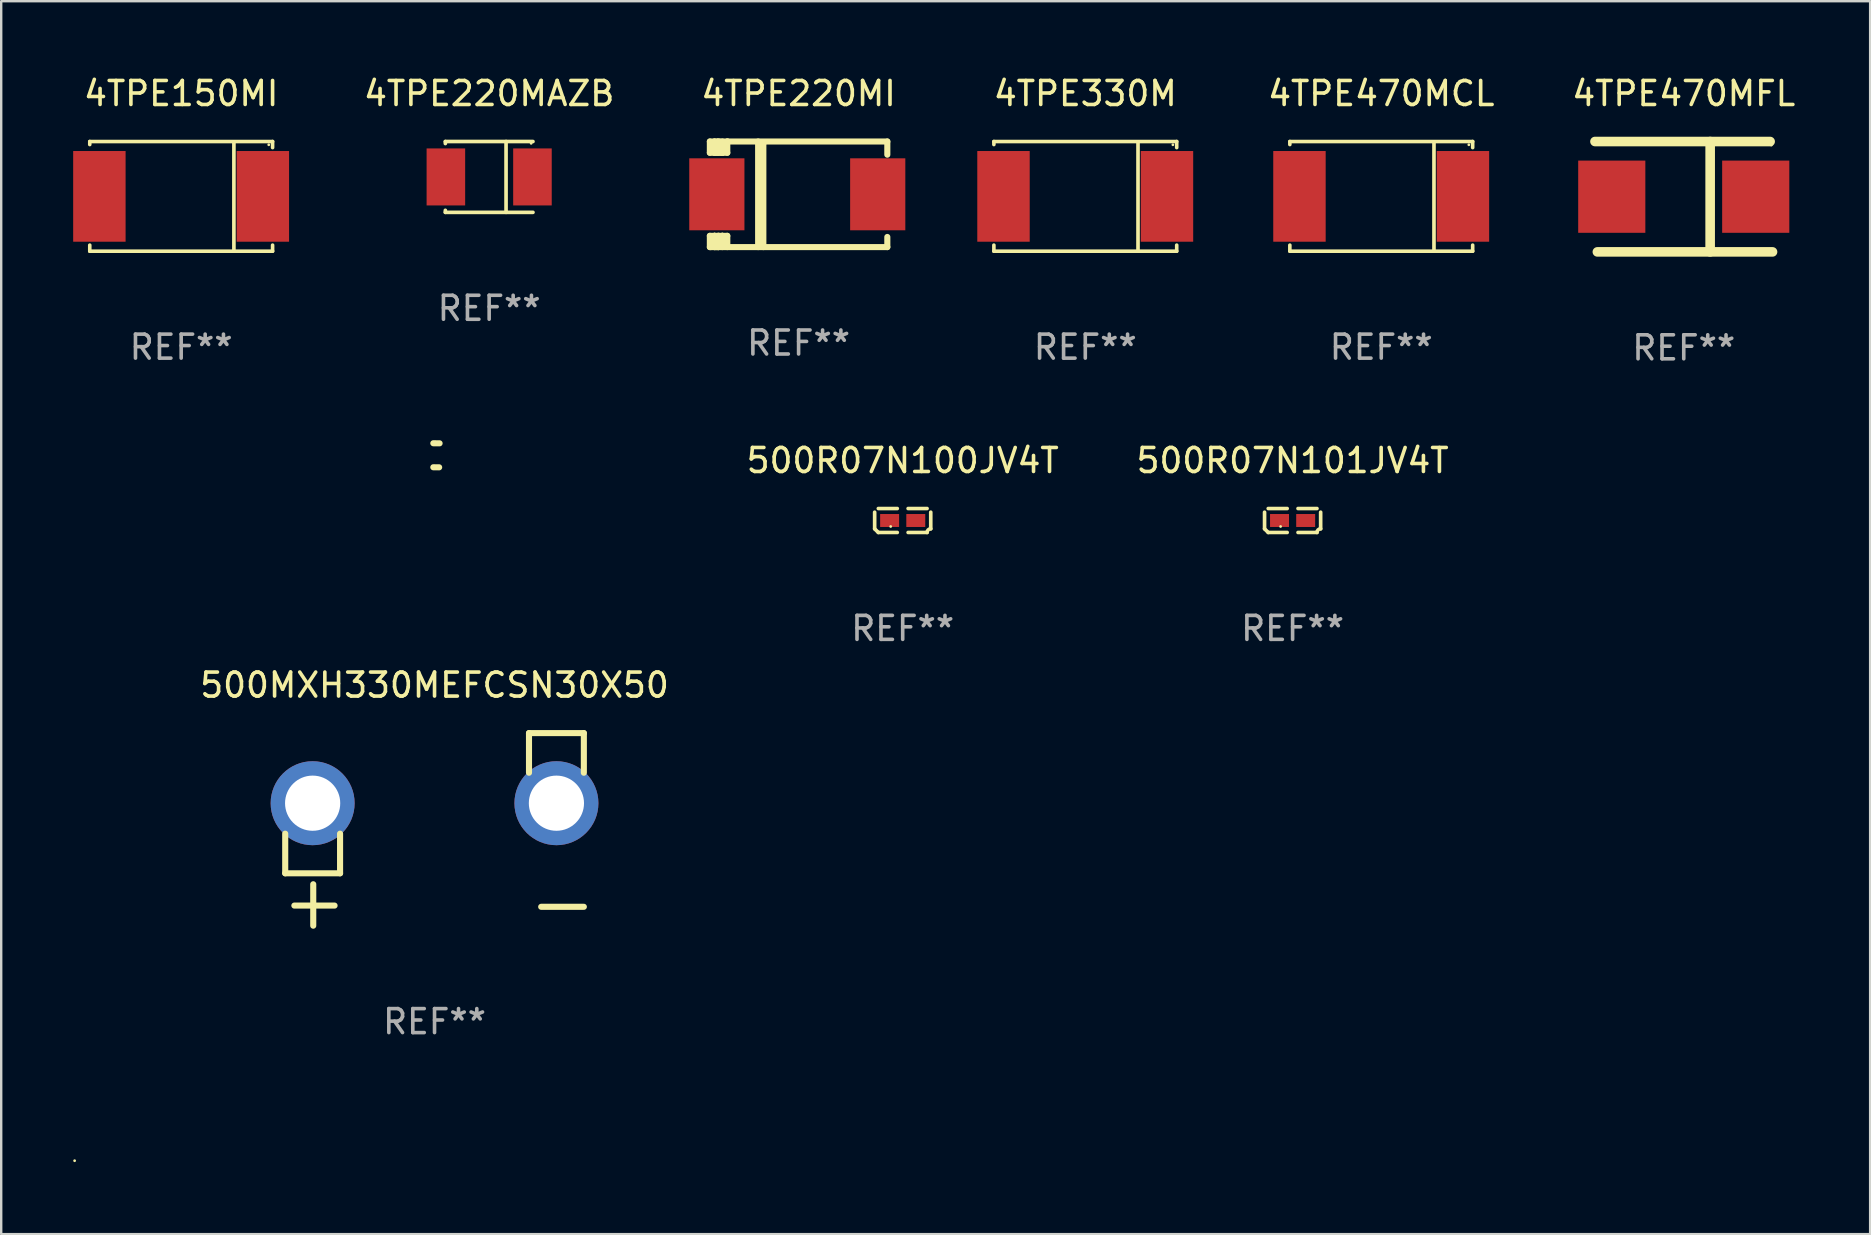
<source format=kicad_pcb>
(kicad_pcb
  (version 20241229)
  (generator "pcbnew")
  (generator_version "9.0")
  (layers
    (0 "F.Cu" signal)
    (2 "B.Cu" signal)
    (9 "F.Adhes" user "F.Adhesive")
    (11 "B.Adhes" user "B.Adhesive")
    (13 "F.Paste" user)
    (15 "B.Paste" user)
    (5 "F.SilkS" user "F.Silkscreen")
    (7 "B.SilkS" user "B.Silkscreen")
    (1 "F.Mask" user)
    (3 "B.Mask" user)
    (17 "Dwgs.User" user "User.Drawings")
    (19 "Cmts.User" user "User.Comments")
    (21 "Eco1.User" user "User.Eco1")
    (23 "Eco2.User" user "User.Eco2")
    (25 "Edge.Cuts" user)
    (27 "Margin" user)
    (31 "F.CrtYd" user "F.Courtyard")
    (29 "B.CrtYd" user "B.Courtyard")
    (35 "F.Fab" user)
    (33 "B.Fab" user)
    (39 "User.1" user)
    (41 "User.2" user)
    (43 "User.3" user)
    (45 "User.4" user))
  (footprint "500R07N100JV4T"
    (layer "F.Cu")
    (at 34.572 18.643)
    (property "Reference" "500R07N100JV4T" (at 0 -2.499 0) (layer "F.SilkS") (effects (font (size 1 1) (thickness 0.15))))
    (attr through_hole)
    (fp_line (start -1.169 0.346) (end -1.169 -0.346) (stroke (width 0.152) (type solid)) (layer "F.SilkS"))
    (fp_line (start -1.016 -0.499) (end -0.226 -0.499) (stroke (width 0.152) (type solid)) (layer "F.SilkS"))
    (fp_line (start -0.226 0.499) (end -1.016 0.499) (stroke (width 0.152) (type solid)) (layer "F.SilkS"))
    (fp_line (start 0.226 0.499) (end 1.016 0.499) (stroke (width 0.152) (type solid)) (layer "F.SilkS"))
    (fp_line (start 1.016 -0.499) (end 0.226 -0.499) (stroke (width 0.152) (type solid)) (layer "F.SilkS"))
    (fp_line (start 1.169 0.346) (end 1.169 -0.346) (stroke (width 0.152) (type solid)) (layer "F.SilkS"))
    (fp_arc (start -1.016307 0.498603) (mid -1.092512 0.422405) (end -1.16871 0.3462) (stroke (width 0.1524) (type solid)) (layer "F.SilkS"))
    (fp_arc (start 1.016307 0.498603) (mid 1.060899 0.390758) (end 1.168707 0.346076) (stroke (width 0.1524) (type solid)) (layer "F.SilkS"))
    (fp_circle (center -0.5 0.25) (end -0.47 0.25) (stroke (width 0.06) (type solid)) (fill no) (layer "F.SilkS"))
    (fp_text user "REF**" (at 0 4.499 0) (layer "F.Fab") (effects (font (size 1 1) (thickness 0.15))))
    (pad "1" smd rect (at -0.545 0) (size 0.79 0.54) (layers "F.Cu" "F.Mask" "F.Paste"))
    (pad "2" smd rect (at 0.545 0) (size 0.79 0.54) (layers "F.Cu" "F.Mask" "F.Paste")))
  (footprint "4TPE150MI"
    (layer "F.Cu")
    (at 4.501 5.134)
    (property "Reference" "4TPE150MI" (at 0 -4.286 0) (layer "F.SilkS") (effects (font (size 1 1) (thickness 0.15))))
    (attr through_hole)
    (fp_line (start -3.81 -2.286) (end -3.81 -2.159) (stroke (width 0.15) (type solid)) (layer "F.SilkS"))
    (fp_line (start -3.81 2.032) (end -3.81 2.286) (stroke (width 0.15) (type solid)) (layer "F.SilkS"))
    (fp_line (start -3.81 2.286) (end 3.81 2.286) (stroke (width 0.15) (type solid)) (layer "F.SilkS"))
    (fp_line (start 2.197 -2.226) (end 2.197 2.226) (stroke (width 0.152) (type solid)) (layer "F.SilkS"))
    (fp_line (start 3.81 -2.286) (end -3.81 -2.286) (stroke (width 0.15) (type solid)) (layer "F.SilkS"))
    (fp_line (start 3.81 -2.032) (end 3.81 -2.286) (stroke (width 0.15) (type solid)) (layer "F.SilkS"))
    (fp_line (start 3.81 2.286) (end 3.81 2.032) (stroke (width 0.15) (type solid)) (layer "F.SilkS"))
    (fp_circle (center 3.65 -2.15) (end 3.68 -2.15) (stroke (width 0.06) (type solid)) (fill no) (layer "F.SilkS"))
    (fp_text user "REF**" (at 0 6.286 0) (layer "F.Fab") (effects (font (size 1 1) (thickness 0.15))))
    (pad "1" smd rect (at 3.404 0 180) (size 2.185 3.78) (layers "F.Cu" "F.Mask" "F.Paste"))
    (pad "2" smd rect (at -3.409 0 180) (size 2.185 3.78) (layers "F.Cu" "F.Mask" "F.Paste")))
  (footprint "4TPE220MI"
    (layer "F.Cu")
    (at 30.233 5.048)
    (property "Reference" "4TPE220MI" (at 0 -4.2 0) (layer "F.SilkS") (effects (font (size 1 1) (thickness 0.15))))
    (attr through_hole)
    (fp_line (start -3.698 -2.2) (end -3.502 -2.2) (stroke (width 0.254) (type solid)) (layer "F.SilkS"))
    (fp_line (start -3.698 -1.731) (end -3.698 -2.2) (stroke (width 0.254) (type solid)) (layer "F.SilkS"))
    (fp_line (start -3.698 -1.731) (end -3.502 -1.731) (stroke (width 0.254) (type solid)) (layer "F.SilkS"))
    (fp_line (start -3.698 1.731) (end -3.502 1.731) (stroke (width 0.254) (type solid)) (layer "F.SilkS"))
    (fp_line (start -3.698 2.2) (end -3.698 1.731) (stroke (width 0.254) (type solid)) (layer "F.SilkS"))
    (fp_line (start -3.66 2.2) (end -3.698 2.2) (stroke (width 0.254) (type solid)) (layer "F.SilkS"))
    (fp_line (start -3.66 2.2) (end -3.346 2.2) (stroke (width 0.254) (type solid)) (layer "F.SilkS"))
    (fp_line (start -3.502 -2.2) (end 3.698 -2.2) (stroke (width 0.254) (type solid)) (layer "F.SilkS"))
    (fp_line (start -3.502 -1.731) (end -3.502 -2.2) (stroke (width 0.254) (type solid)) (layer "F.SilkS"))
    (fp_line (start -3.502 1.731) (end -3.502 1.778) (stroke (width 0.254) (type solid)) (layer "F.SilkS"))
    (fp_line (start -3.502 1.731) (end -3.178 1.731) (stroke (width 0.254) (type solid)) (layer "F.SilkS"))
    (fp_line (start -3.502 1.778) (end -3.502 1.731) (stroke (width 0.254) (type solid)) (layer "F.SilkS"))
    (fp_line (start -3.502 2.2) (end -3.502 1.778) (stroke (width 0.254) (type solid)) (layer "F.SilkS"))
    (fp_line (start -3.502 2.2) (end 3.698 2.2) (stroke (width 0.254) (type solid)) (layer "F.SilkS"))
    (fp_line (start -3.367 -2.2) (end -3.367 -1.731) (stroke (width 0.254) (type solid)) (layer "F.SilkS"))
    (fp_line (start -3.346 1.731) (end -3.346 2.2) (stroke (width 0.254) (type solid)) (layer "F.SilkS"))
    (fp_line (start -3.346 2.2) (end -3.346 2.2) (stroke (width 0.254) (type solid)) (layer "F.SilkS"))
    (fp_line (start -3.332 1.731) (end -3.346 1.731) (stroke (width 0.254) (type solid)) (layer "F.SilkS"))
    (fp_line (start -3.303 -2.2) (end -3.367 -2.2) (stroke (width 0.254) (type solid)) (layer "F.SilkS"))
    (fp_line (start -3.179 -1.731) (end -3.179 -1.731) (stroke (width 0.254) (type solid)) (layer "F.SilkS"))
    (fp_line (start -3.179 1.731) (end -3.179 2.2) (stroke (width 0.254) (type solid)) (layer "F.SilkS"))
    (fp_line (start -3.178 -1.731) (end -3.502 -1.731) (stroke (width 0.254) (type solid)) (layer "F.SilkS"))
    (fp_line (start -3.178 -1.731) (end -3.179 -1.731) (stroke (width 0.254) (type solid)) (layer "F.SilkS"))
    (fp_line (start -3.178 -1.731) (end -3.178 -2.2) (stroke (width 0.254) (type solid)) (layer "F.SilkS"))
    (fp_line (start -3.178 1.731) (end -3.178 1.731) (stroke (width 0.254) (type solid)) (layer "F.SilkS"))
    (fp_line (start -2.972 -2.2) (end -2.972 -1.731) (stroke (width 0.254) (type solid)) (layer "F.SilkS"))
    (fp_line (start -2.972 -1.731) (end -3.502 -1.731) (stroke (width 0.254) (type solid)) (layer "F.SilkS"))
    (fp_line (start -2.972 1.731) (end -3.179 1.731) (stroke (width 0.254) (type solid)) (layer "F.SilkS"))
    (fp_line (start -2.972 1.731) (end -2.972 2.2) (stroke (width 0.254) (type solid)) (layer "F.SilkS"))
    (fp_line (start -2.957 -2.2) (end -2.972 -2.2) (stroke (width 0.254) (type solid)) (layer "F.SilkS"))
    (fp_line (start -1.686 -2.2) (end -1.686 2.2) (stroke (width 0.254) (type solid)) (layer "F.SilkS"))
    (fp_line (start -1.469 -2.159) (end -1.469 2.2) (stroke (width 0.254) (type solid)) (layer "F.SilkS"))
    (fp_line (start -1.452 -2.159) (end -1.469 -2.159) (stroke (width 0.254) (type solid)) (layer "F.SilkS"))
    (fp_line (start 3.698 -2.2) (end 3.698 -1.651) (stroke (width 0.254) (type solid)) (layer "F.SilkS"))
    (fp_line (start 3.698 2.2) (end 3.698 1.778) (stroke (width 0.254) (type solid)) (layer "F.SilkS"))
    (fp_circle (center -3.552 2.15) (end -3.522 2.15) (stroke (width 0.06) (type solid)) (fill no) (layer "F.SilkS"))
    (fp_text user "REF**" (at 0 6.2 0) (layer "F.Fab") (effects (font (size 1 1) (thickness 0.15))))
    (pad "1" smd rect (at -3.407 0) (size 2.3 3) (layers "F.Cu" "F.Mask" "F.Paste"))
    (pad "2" smd rect (at 3.298 0) (size 2.3 3) (layers "F.Cu" "F.Mask" "F.Paste")))
  (footprint "4TPE220MAZB"
    (layer "F.Cu")
    (at 17.337 4.324)
    (property "Reference" "4TPE220MAZB" (at 0 -3.476 0) (layer "F.SilkS") (effects (font (size 1 1) (thickness 0.15))))
    (attr through_hole)
    (fp_line (start -1.826 -1.476) (end -1.826 -1.391) (stroke (width 0.152) (type solid)) (layer "F.SilkS"))
    (fp_line (start -1.826 -1.476) (end 1.826 -1.476) (stroke (width 0.152) (type solid)) (layer "F.SilkS"))
    (fp_line (start -1.826 1.476) (end -1.826 1.391) (stroke (width 0.152) (type solid)) (layer "F.SilkS"))
    (fp_line (start -1.826 1.476) (end 1.826 1.476) (stroke (width 0.152) (type solid)) (layer "F.SilkS"))
    (fp_line (start 0.704 -1.476) (end 0.704 1.476) (stroke (width 0.152) (type solid)) (layer "F.SilkS"))
    (fp_circle (center 1.75 -1.4) (end 1.78 -1.4) (stroke (width 0.06) (type solid)) (fill no) (layer "F.SilkS"))
    (fp_text user "REF**" (at 0 5.476 0) (layer "F.Fab") (effects (font (size 1 1) (thickness 0.15))))
    (pad "1" smd rect (at 1.804 0) (size 1.607 2.376) (layers "F.Cu" "F.Mask" "F.Paste"))
    (pad "2" smd rect (at -1.804 0) (size 1.607 2.376) (layers "F.Cu" "F.Mask" "F.Paste")))
  (footprint "4TPE470MFL"
    (layer "F.Cu")
    (at 67.124 5.148)
    (property "Reference" "4TPE470MFL" (at 0 -4.3 0) (layer "F.SilkS") (effects (font (size 1 1) (thickness 0.15))))
    (attr through_hole)
    (fp_line (start -3.7 -2.3) (end 3.6 -2.3) (stroke (width 0.4) (type solid)) (layer "F.SilkS"))
    (fp_line (start 1.1 2.3) (end 1.101 -2.3) (stroke (width 0.4) (type solid)) (layer "F.SilkS"))
    (fp_line (start 3.7 2.3) (end -3.6 2.3) (stroke (width 0.4) (type solid)) (layer "F.SilkS"))
    (fp_circle (center 3.65 -2.15) (end 3.68 -2.15) (stroke (width 0.06) (type solid)) (fill no) (layer "F.SilkS"))
    (fp_text user "REF**" (at 0 6.3 0) (layer "F.Fab") (effects (font (size 1 1) (thickness 0.15))))
    (pad "1" smd rect (at 3 0 180) (size 2.799 3.01) (layers "F.Cu" "F.Mask" "F.Paste"))
    (pad "2" smd rect (at -3 0 180) (size 2.799 3.01) (layers "F.Cu" "F.Mask" "F.Paste")))
  (footprint "500R07N101JV4T"
    (layer "F.Cu")
    (at 50.822 18.643)
    (property "Reference" "500R07N101JV4T" (at 0 -2.499 0) (layer "F.SilkS") (effects (font (size 1 1) (thickness 0.15))))
    (attr through_hole)
    (fp_line (start -1.169 0.346) (end -1.169 -0.346) (stroke (width 0.152) (type solid)) (layer "F.SilkS"))
    (fp_line (start -1.016 -0.499) (end -0.226 -0.499) (stroke (width 0.152) (type solid)) (layer "F.SilkS"))
    (fp_line (start -0.226 0.499) (end -1.016 0.499) (stroke (width 0.152) (type solid)) (layer "F.SilkS"))
    (fp_line (start 0.226 0.499) (end 1.016 0.499) (stroke (width 0.152) (type solid)) (layer "F.SilkS"))
    (fp_line (start 1.016 -0.499) (end 0.226 -0.499) (stroke (width 0.152) (type solid)) (layer "F.SilkS"))
    (fp_line (start 1.169 0.346) (end 1.169 -0.346) (stroke (width 0.152) (type solid)) (layer "F.SilkS"))
    (fp_arc (start -1.016307 0.498603) (mid -1.092512 0.422405) (end -1.16871 0.3462) (stroke (width 0.1524) (type solid)) (layer "F.SilkS"))
    (fp_arc (start 1.016307 0.498603) (mid 1.060899 0.390758) (end 1.168707 0.346076) (stroke (width 0.1524) (type solid)) (layer "F.SilkS"))
    (fp_circle (center -0.5 0.25) (end -0.47 0.25) (stroke (width 0.06) (type solid)) (fill no) (layer "F.SilkS"))
    (fp_text user "REF**" (at 0 4.499 0) (layer "F.Fab") (effects (font (size 1 1) (thickness 0.15))))
    (pad "1" smd rect (at -0.545 0) (size 0.79 0.54) (layers "F.Cu" "F.Mask" "F.Paste"))
    (pad "2" smd rect (at 0.545 0) (size 0.79 0.54) (layers "F.Cu" "F.Mask" "F.Paste")))
  (footprint "500MXH330MEFCSN30X50"
    (layer "F.Cu")
    (at 15.06 31.517)
    (property "Reference" "500MXH330MEFCSN30X50" (at 0 -6.013 0) (layer "F.SilkS") (effects (font (size 1 1) (thickness 0.15))))
    (attr through_hole)
    (fp_line (start -6.223 0.178) (end -6.223 1.829) (stroke (width 0.254) (type solid)) (layer "F.SilkS"))
    (fp_line (start -6.223 1.829) (end -3.937 1.829) (stroke (width 0.254) (type solid)) (layer "F.SilkS"))
    (fp_line (start -5.055 4.013) (end -5.055 2.286) (stroke (width 0.254) (type solid)) (layer "F.SilkS"))
    (fp_line (start -4.166 3.175) (end -5.842 3.175) (stroke (width 0.254) (type solid)) (layer "F.SilkS"))
    (fp_line (start -3.937 1.829) (end -3.937 0.178) (stroke (width 0.254) (type solid)) (layer "F.SilkS"))
    (fp_line (start 3.937 -4.013) (end 3.937 -2.362) (stroke (width 0.254) (type solid)) (layer "F.SilkS"))
    (fp_line (start 6.223 -4.013) (end 3.937 -4.013) (stroke (width 0.254) (type solid)) (layer "F.SilkS"))
    (fp_line (start 6.223 -2.362) (end 6.223 -4.013) (stroke (width 0.254) (type solid)) (layer "F.SilkS"))
    (fp_line (start 6.223 3.226) (end 4.445 3.226) (stroke (width 0.254) (type solid)) (layer "F.SilkS"))
    (fp_arc (start -0.0508 -16.093472) (mid 0.080016 -16.092762) (end 0.210821 -16.090932) (stroke (width 0.254001) (type solid)) (layer "F.SilkS"))
    (fp_arc (start -0.0508 -15.09271) (mid 0.071125 -15.091961) (end 0.19304 -15.09017) (stroke (width 0.254001) (type solid)) (layer "F.SilkS"))
    (fp_circle (center -15 13.808) (end -14.97 13.808) (stroke (width 0.06) (type solid)) (fill no) (layer "F.SilkS"))
    (fp_text user "REF**" (at 0 8.013 0) (layer "F.Fab") (effects (font (size 1 1) (thickness 0.15))))
    (pad "1" thru_hole circle (at -5.08 -1.092) (size 3.5 3.5) (drill 2.3) (layers "*.Cu" "*.Mask"))
    (pad "2" thru_hole circle (at 5.08 -1.092) (size 3.5 3.5) (drill 2.3) (layers "*.Cu" "*.Mask")))
  (footprint "4TPE330M"
    (layer "F.Cu")
    (at 42.182 5.134)
    (property "Reference" "4TPE330M" (at 0 -4.286 0) (layer "F.SilkS") (effects (font (size 1 1) (thickness 0.15))))
    (attr through_hole)
    (fp_line (start -3.81 -2.286) (end -3.81 -2.159) (stroke (width 0.15) (type solid)) (layer "F.SilkS"))
    (fp_line (start -3.81 2.032) (end -3.81 2.286) (stroke (width 0.15) (type solid)) (layer "F.SilkS"))
    (fp_line (start -3.81 2.286) (end 3.81 2.286) (stroke (width 0.15) (type solid)) (layer "F.SilkS"))
    (fp_line (start 2.197 -2.226) (end 2.197 2.226) (stroke (width 0.152) (type solid)) (layer "F.SilkS"))
    (fp_line (start 3.81 -2.286) (end -3.81 -2.286) (stroke (width 0.15) (type solid)) (layer "F.SilkS"))
    (fp_line (start 3.81 -2.032) (end 3.81 -2.286) (stroke (width 0.15) (type solid)) (layer "F.SilkS"))
    (fp_line (start 3.81 2.286) (end 3.81 2.032) (stroke (width 0.15) (type solid)) (layer "F.SilkS"))
    (fp_circle (center 3.65 -2.15) (end 3.68 -2.15) (stroke (width 0.06) (type solid)) (fill no) (layer "F.SilkS"))
    (fp_text user "REF**" (at 0 6.286 0) (layer "F.Fab") (effects (font (size 1 1) (thickness 0.15))))
    (pad "1" smd rect (at 3.404 0 180) (size 2.185 3.78) (layers "F.Cu" "F.Mask" "F.Paste"))
    (pad "2" smd rect (at -3.409 0 180) (size 2.185 3.78) (layers "F.Cu" "F.Mask" "F.Paste")))
  (footprint "4TPE470MCL"
    (layer "F.Cu")
    (at 54.517 5.134)
    (property "Reference" "4TPE470MCL" (at 0 -4.286 0) (layer "F.SilkS") (effects (font (size 1 1) (thickness 0.15))))
    (attr through_hole)
    (fp_line (start -3.81 -2.286) (end -3.81 -2.159) (stroke (width 0.15) (type solid)) (layer "F.SilkS"))
    (fp_line (start -3.81 2.032) (end -3.81 2.286) (stroke (width 0.15) (type solid)) (layer "F.SilkS"))
    (fp_line (start -3.81 2.286) (end 3.81 2.286) (stroke (width 0.15) (type solid)) (layer "F.SilkS"))
    (fp_line (start 2.197 -2.226) (end 2.197 2.226) (stroke (width 0.152) (type solid)) (layer "F.SilkS"))
    (fp_line (start 3.81 -2.286) (end -3.81 -2.286) (stroke (width 0.15) (type solid)) (layer "F.SilkS"))
    (fp_line (start 3.81 -2.032) (end 3.81 -2.286) (stroke (width 0.15) (type solid)) (layer "F.SilkS"))
    (fp_line (start 3.81 2.286) (end 3.81 2.032) (stroke (width 0.15) (type solid)) (layer "F.SilkS"))
    (fp_circle (center 3.65 -2.15) (end 3.68 -2.15) (stroke (width 0.06) (type solid)) (fill no) (layer "F.SilkS"))
    (fp_text user "REF**" (at 0 6.286 0) (layer "F.Fab") (effects (font (size 1 1) (thickness 0.15))))
    (pad "1" smd rect (at 3.404 0 180) (size 2.185 3.78) (layers "F.Cu" "F.Mask" "F.Paste"))
    (pad "2" smd rect (at -3.409 0 180) (size 2.185 3.78) (layers "F.Cu" "F.Mask" "F.Paste")))
  (gr_rect
    (start -3 -3)
    (end 74.892 48.385)
    (stroke (width 0.1) (type default))
    (fill no)
    (layer "Edge.Cuts")))
</source>
